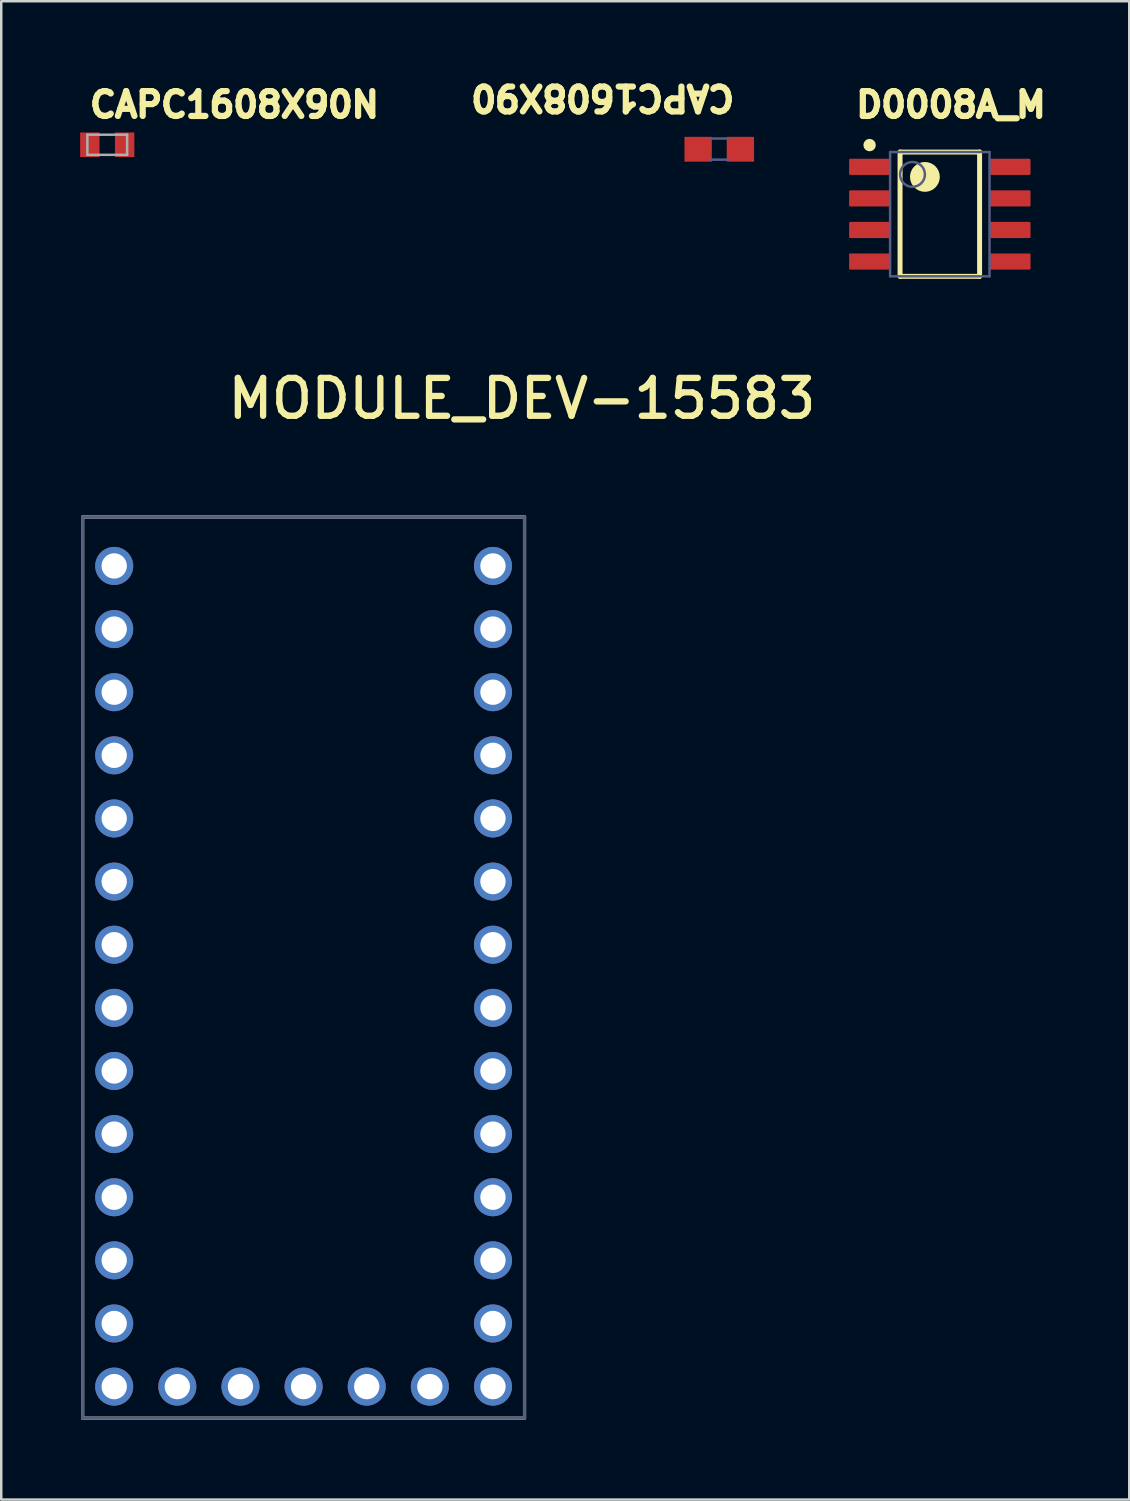
<source format=kicad_pcb>
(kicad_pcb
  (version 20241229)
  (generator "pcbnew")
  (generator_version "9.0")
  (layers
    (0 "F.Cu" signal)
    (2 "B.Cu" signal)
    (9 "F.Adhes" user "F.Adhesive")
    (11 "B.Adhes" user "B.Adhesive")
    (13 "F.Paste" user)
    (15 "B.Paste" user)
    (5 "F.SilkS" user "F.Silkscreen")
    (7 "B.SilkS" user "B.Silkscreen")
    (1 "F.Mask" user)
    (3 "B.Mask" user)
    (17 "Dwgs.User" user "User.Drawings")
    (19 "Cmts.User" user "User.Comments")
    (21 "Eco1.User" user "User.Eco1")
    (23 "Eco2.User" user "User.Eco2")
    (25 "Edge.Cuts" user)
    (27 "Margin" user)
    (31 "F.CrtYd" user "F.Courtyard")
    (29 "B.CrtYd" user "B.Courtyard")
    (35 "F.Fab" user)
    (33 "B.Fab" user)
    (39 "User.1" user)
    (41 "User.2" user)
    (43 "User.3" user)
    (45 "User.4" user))
  (footprint "CAPC1608X90N"
    (layer "F.Cu")
    (at 1.265 2.774)
    (property "Reference" "CAPC1608X90N" (at -0.833 -1.024 0) (unlocked yes) (layer "F.SilkS") (effects (font (size 1 1) (thickness 0.254)) (justify left bottom)))
    (fp_line (start -1.24 -0.65) (end -1.24 0.65) (stroke (width 0.05) (type solid)) (layer "Eco1.User"))
    (fp_line (start -1.24 -0.65) (end 1.24 -0.65) (stroke (width 0.05) (type solid)) (layer "Eco1.User"))
    (fp_line (start -1.24 0.65) (end 1.24 0.65) (stroke (width 0.05) (type solid)) (layer "Eco1.User"))
    (fp_line (start 1.24 -0.65) (end 1.24 0.65) (stroke (width 0.05) (type solid)) (layer "Eco1.User"))
    (fp_line (start -0.8 -0.405) (end -0.8 0.405) (stroke (width 0.1) (type solid)) (layer "F.Fab"))
    (fp_line (start -0.8 -0.405) (end 0.8 -0.405) (stroke (width 0.1) (type solid)) (layer "F.Fab"))
    (fp_line (start -0.8 0.405) (end 0.8 0.405) (stroke (width 0.1) (type solid)) (layer "F.Fab"))
    (fp_line (start 0.8 -0.405) (end 0.8 0.405) (stroke (width 0.1) (type solid)) (layer "F.Fab"))
    (pad "1" smd rect (at -0.7 0 90) (size 0.99 0.78) (layers "F.Cu" "F.Mask" "F.Paste"))
    (pad "2" smd rect (at 0.7 0 90) (size 0.99 0.78) (layers "F.Cu" "F.Mask" "F.Paste")))
  (footprint "CAPC1608X90"
    (layer "F.Cu")
    (at 25.89 2.956)
    (property "Reference" "CAPC1608X90" (at 0.737 -2.659 180) (unlocked yes) (layer "F.SilkS") (effects (font (size 1 1) (thickness 0.254)) (justify left bottom)))
    (fp_line (start -1.673 -0.783) (end -1.673 0.783) (stroke (width 0.051) (type solid)) (layer "Eco1.User"))
    (fp_line (start 1.673 -0.783) (end -1.673 -0.783) (stroke (width 0.051) (type solid)) (layer "Eco1.User"))
    (fp_line (start 1.673 -0.783) (end 1.673 0.783) (stroke (width 0.051) (type solid)) (layer "Eco1.User"))
    (fp_line (start 1.673 0.783) (end -1.673 0.783) (stroke (width 0.051) (type solid)) (layer "Eco1.User"))
    (fp_line (start 0.356 -0.432) (end -0.356 -0.432) (stroke (width 0.102) (type solid)) (layer "B.Fab"))
    (fp_line (start 0.356 0.419) (end -0.356 0.419) (stroke (width 0.102) (type solid)) (layer "B.Fab"))
    (pad "1" smd rect (at -0.85 0) (size 1.1 1) (layers "F.Cu" "F.Mask" "F.Paste"))
    (pad "2" smd rect (at 0.85 0) (size 1.1 1) (layers "F.Cu" "F.Mask" "F.Paste")))
  (footprint "D0008A_M"
    (layer "F.Cu")
    (at 34.764 5.568)
    (property "Reference" "D0008A_M" (at -3.5 -3.818 0) (unlocked yes) (layer "F.SilkS") (effects (font (size 1 1) (thickness 0.254)) (justify left bottom)))
    (fp_line (start -1.6 -2.5) (end 1.6 -2.5) (stroke (width 0.2) (type solid)) (layer "F.SilkS"))
    (fp_line (start -1.6 2.5) (end -1.6 -2.5) (stroke (width 0.2) (type solid)) (layer "F.SilkS"))
    (fp_line (start -1.6 2.5) (end 1.6 2.5) (stroke (width 0.2) (type solid)) (layer "F.SilkS"))
    (fp_line (start 1.6 2.5) (end 1.6 -2.5) (stroke (width 0.2) (type solid)) (layer "F.SilkS"))
    (fp_circle (center -2.825 -2.78) (end -2.825 -2.905) (stroke (width 0.25) (type solid)) (fill no) (layer "F.SilkS"))
    (fp_circle (center -0.6 -1.5) (end -0.6 -1.8) (stroke (width 0.6) (type solid)) (fill no) (layer "F.SilkS"))
    (fp_line (start -4.15 -3) (end 4.15 -3) (stroke (width 0.05) (type solid)) (layer "Eco1.User"))
    (fp_line (start -4.15 3) (end -4.15 -3) (stroke (width 0.05) (type solid)) (layer "Eco1.User"))
    (fp_line (start -4.15 3) (end 4.15 3) (stroke (width 0.05) (type solid)) (layer "Eco1.User"))
    (fp_line (start -0.5 0) (end 0.5 0) (stroke (width 0.1) (type solid)) (layer "Eco1.User"))
    (fp_line (start 0 0.5) (end 0 -0.5) (stroke (width 0.1) (type solid)) (layer "Eco1.User"))
    (fp_line (start 4.15 3) (end 4.15 -3) (stroke (width 0.05) (type solid)) (layer "Eco1.User"))
    (fp_line (start -2 -2.5) (end 2 -2.5) (stroke (width 0.1) (type solid)) (layer "B.Fab"))
    (fp_line (start -2 2.5) (end -2 -2.5) (stroke (width 0.1) (type solid)) (layer "B.Fab"))
    (fp_line (start -2 2.5) (end 2 2.5) (stroke (width 0.1) (type solid)) (layer "B.Fab"))
    (fp_line (start 2 2.5) (end 2 -2.5) (stroke (width 0.1) (type solid)) (layer "B.Fab"))
    (fp_circle (center -1.1 -1.6) (end -1.1 -2.1) (stroke (width 0.1) (type solid)) (fill no) (layer "B.Fab"))
    (fp_text user "${REFERENCE}" (at -1.397 0.254 0) (unlocked yes) (layer "User.1") (effects (font (size 0.6 0.6) (thickness 0.1))))
    (pad "1" smd roundrect (at -2.825 -1.905 90) (size 0.65 1.65) (layers "F.Cu" "F.Mask" "F.Paste") (roundrect_rratio 0.075))
    (pad "2" smd roundrect (at -2.825 -0.635 90) (size 0.65 1.65) (layers "F.Cu" "F.Mask" "F.Paste") (roundrect_rratio 0.075))
    (pad "3" smd roundrect (at -2.825 0.635 90) (size 0.65 1.65) (layers "F.Cu" "F.Mask" "F.Paste") (roundrect_rratio 0.075))
    (pad "4" smd roundrect (at -2.825 1.905 90) (size 0.65 1.65) (layers "F.Cu" "F.Mask" "F.Paste") (roundrect_rratio 0.075))
    (pad "5" smd roundrect (at 2.825 1.905 90) (size 0.65 1.65) (layers "F.Cu" "F.Mask" "F.Paste") (roundrect_rratio 0.075))
    (pad "6" smd roundrect (at 2.825 0.635 90) (size 0.65 1.65) (layers "F.Cu" "F.Mask" "F.Paste") (roundrect_rratio 0.075))
    (pad "7" smd roundrect (at 2.825 -0.635 90) (size 0.65 1.65) (layers "F.Cu" "F.Mask" "F.Paste") (roundrect_rratio 0.075))
    (pad "8" smd roundrect (at 2.825 -1.905 90) (size 0.65 1.65) (layers "F.Cu" "F.Mask" "F.Paste") (roundrect_rratio 0.075)))
  (footprint "MODULE_DEV-15583"
    (layer "F.Cu")
    (at 9.165 36.231)
    (property "Reference" "MODULE_DEV-15583" (at -3.175 -22.352 0) (unlocked yes) (layer "F.SilkS") (effects (font (size 1.524 1.524) (thickness 0.254)) (justify left bottom)))
    (fp_line (start -8.89 17.78) (end -8.89 -18.48) (stroke (width 0.127) (type solid)) (layer "F.SilkS"))
    (fp_line (start 8.89 -18.48) (end -8.89 -18.48) (stroke (width 0.127) (type solid)) (layer "F.SilkS"))
    (fp_line (start 8.89 17.78) (end -8.89 17.78) (stroke (width 0.127) (type solid)) (layer "F.SilkS"))
    (fp_line (start 8.89 17.78) (end 8.89 -18.48) (stroke (width 0.127) (type solid)) (layer "F.SilkS"))
    (fp_line (start -9.14 18.03) (end -9.14 -18.73) (stroke (width 0.05) (type solid)) (layer "Eco1.User"))
    (fp_line (start 9.14 -18.73) (end -9.14 -18.73) (stroke (width 0.05) (type solid)) (layer "Eco1.User"))
    (fp_line (start 9.14 18.03) (end -9.14 18.03) (stroke (width 0.05) (type solid)) (layer "Eco1.User"))
    (fp_line (start 9.14 18.03) (end 9.14 -18.73) (stroke (width 0.05) (type solid)) (layer "Eco1.User"))
    (fp_line (start -8.89 17.78) (end -8.89 -18.48) (stroke (width 0.127) (type solid)) (layer "B.Fab"))
    (fp_line (start 8.89 -18.48) (end -8.89 -18.48) (stroke (width 0.127) (type solid)) (layer "B.Fab"))
    (fp_line (start 8.89 17.78) (end -8.89 17.78) (stroke (width 0.127) (type solid)) (layer "B.Fab"))
    (fp_line (start 8.89 17.78) (end 8.89 -18.48) (stroke (width 0.127) (type solid)) (layer "B.Fab"))
    (pad "" thru_hole circle (at 0 16.51) (size 1.53 1.53) (drill 1.02) (layers "*.Cu" "*.Mask"))
    (pad "0" thru_hole circle (at -7.62 -13.97) (size 1.53 1.53) (drill 1.02) (layers "*.Cu" "*.Mask"))
    (pad "1" thru_hole circle (at -7.62 -11.43) (size 1.53 1.53) (drill 1.02) (layers "*.Cu" "*.Mask"))
    (pad "2" thru_hole circle (at -7.62 -8.89) (size 1.53 1.53) (drill 1.02) (layers "*.Cu" "*.Mask"))
    (pad "3" thru_hole circle (at -7.62 -6.35) (size 1.53 1.53) (drill 1.02) (layers "*.Cu" "*.Mask"))
    (pad "3.3V_1" thru_hole circle (at -2.54 16.51) (size 1.53 1.53) (drill 1.02) (layers "*.Cu" "*.Mask"))
    (pad "3.3V_2" thru_hole circle (at 7.62 -11.43) (size 1.53 1.53) (drill 1.02) (layers "*.Cu" "*.Mask"))
    (pad "4" thru_hole circle (at -7.62 -3.81) (size 1.53 1.53) (drill 1.02) (layers "*.Cu" "*.Mask"))
    (pad "5" thru_hole circle (at -7.62 -1.27) (size 1.53 1.53) (drill 1.02) (layers "*.Cu" "*.Mask"))
    (pad "6" thru_hole circle (at -7.62 1.27) (size 1.53 1.53) (drill 1.02) (layers "*.Cu" "*.Mask"))
    (pad "7" thru_hole circle (at -7.62 3.81) (size 1.53 1.53) (drill 1.02) (layers "*.Cu" "*.Mask"))
    (pad "8" thru_hole circle (at -7.62 6.35) (size 1.53 1.53) (drill 1.02) (layers "*.Cu" "*.Mask"))
    (pad "9" thru_hole circle (at -7.62 8.89) (size 1.53 1.53) (drill 1.02) (layers "*.Cu" "*.Mask"))
    (pad "10" thru_hole circle (at -7.62 11.43) (size 1.53 1.53) (drill 1.02) (layers "*.Cu" "*.Mask"))
    (pad "11" thru_hole circle (at -7.62 13.97) (size 1.53 1.53) (drill 1.02) (layers "*.Cu" "*.Mask"))
    (pad "12" thru_hole circle (at -7.62 16.51) (size 1.53 1.53) (drill 1.02) (layers "*.Cu" "*.Mask"))
    (pad "13" thru_hole circle (at 7.62 16.51) (size 1.53 1.53) (drill 1.02) (layers "*.Cu" "*.Mask"))
    (pad "14" thru_hole circle (at 7.62 13.97) (size 1.53 1.53) (drill 1.02) (layers "*.Cu" "*.Mask"))
    (pad "15" thru_hole circle (at 7.62 11.43) (size 1.53 1.53) (drill 1.02) (layers "*.Cu" "*.Mask"))
    (pad "16" thru_hole circle (at 7.62 8.89) (size 1.53 1.53) (drill 1.02) (layers "*.Cu" "*.Mask"))
    (pad "17" thru_hole circle (at 7.62 6.35) (size 1.53 1.53) (drill 1.02) (layers "*.Cu" "*.Mask"))
    (pad "18" thru_hole circle (at 7.62 3.81) (size 1.53 1.53) (drill 1.02) (layers "*.Cu" "*.Mask"))
    (pad "19" thru_hole circle (at 7.62 1.27) (size 1.53 1.53) (drill 1.02) (layers "*.Cu" "*.Mask"))
    (pad "20" thru_hole circle (at 7.62 -1.27) (size 1.53 1.53) (drill 1.02) (layers "*.Cu" "*.Mask"))
    (pad "21" thru_hole circle (at 7.62 -3.81) (size 1.53 1.53) (drill 1.02) (layers "*.Cu" "*.Mask"))
    (pad "22" thru_hole circle (at 7.62 -6.35) (size 1.53 1.53) (drill 1.02) (layers "*.Cu" "*.Mask"))
    (pad "23" thru_hole circle (at 7.62 -8.89) (size 1.53 1.53) (drill 1.02) (layers "*.Cu" "*.Mask"))
    (pad "G1" thru_hole circle (at -7.62 -16.51) (size 1.53 1.53) (drill 1.02) (layers "*.Cu" "*.Mask"))
    (pad "G3" thru_hole circle (at 7.62 -13.97) (size 1.53 1.53) (drill 1.02) (layers "*.Cu" "*.Mask"))
    (pad "ON-OFF" thru_hole circle (at 5.08 16.51) (size 1.53 1.53) (drill 1.02) (layers "*.Cu" "*.Mask"))
    (pad "PGM" thru_hole circle (at 2.54 16.51) (size 1.53 1.53) (drill 1.02) (layers "*.Cu" "*.Mask"))
    (pad "VBAT" thru_hole circle (at -5.08 16.51) (size 1.53 1.53) (drill 1.02) (layers "*.Cu" "*.Mask"))
    (pad "VIN" thru_hole circle (at 7.62 -16.51) (size 1.53 1.53) (drill 1.02) (layers "*.Cu" "*.Mask")))
  (gr_rect
    (start -3 -3)
    (end 42.385 57.286)
    (stroke (width 0.1) (type default))
    (fill no)
    (layer "Edge.Cuts")))
</source>
